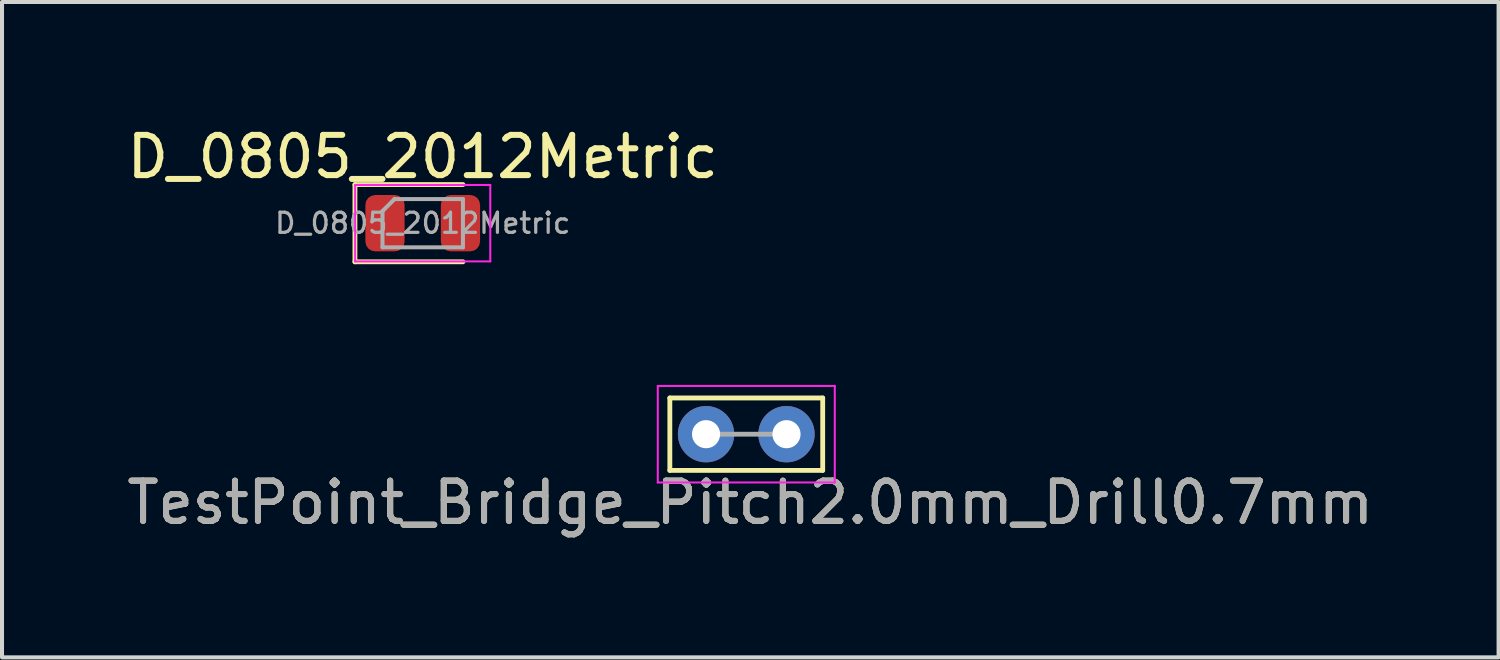
<source format=kicad_pcb>
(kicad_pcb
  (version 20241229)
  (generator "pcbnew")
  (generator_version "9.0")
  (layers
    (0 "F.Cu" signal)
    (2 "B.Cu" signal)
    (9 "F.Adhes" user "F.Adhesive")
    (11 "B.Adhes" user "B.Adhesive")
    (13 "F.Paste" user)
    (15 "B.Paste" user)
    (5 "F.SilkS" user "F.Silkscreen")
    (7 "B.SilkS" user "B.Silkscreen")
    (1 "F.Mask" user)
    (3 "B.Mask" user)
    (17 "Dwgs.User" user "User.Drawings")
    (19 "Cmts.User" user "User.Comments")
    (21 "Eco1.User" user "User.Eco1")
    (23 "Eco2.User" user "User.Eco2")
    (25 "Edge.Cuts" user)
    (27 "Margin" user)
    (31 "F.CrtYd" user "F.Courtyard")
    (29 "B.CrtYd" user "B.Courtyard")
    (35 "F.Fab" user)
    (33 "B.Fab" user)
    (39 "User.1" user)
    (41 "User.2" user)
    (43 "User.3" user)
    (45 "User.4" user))
  (footprint "TestPoint_Bridge_Pitch2.0mm_Drill0.7mm"
    (layer "F.Cu")
    (at 14.501 7.743)
    (property "Reference" "TestPoint_Bridge_Pitch2.0mm_Drill0.7mm" (at 1.1 1.7 0) (layer "F.SilkS") (effects (font (size 1 1) (thickness 0.15))))
    (attr through_hole)
    (fp_line (start -0.9 -0.9) (end -0.9 0.9) (stroke (width 0.12) (type solid)) (layer "F.SilkS"))
    (fp_line (start -0.9 0.9) (end 2.9 0.9) (stroke (width 0.12) (type solid)) (layer "F.SilkS"))
    (fp_line (start 2.9 -0.9) (end -0.9 -0.9) (stroke (width 0.12) (type solid)) (layer "F.SilkS"))
    (fp_line (start 2.9 0.9) (end 2.9 -0.9) (stroke (width 0.12) (type solid)) (layer "F.SilkS"))
    (fp_line (start -1.2 1.2) (end -1.2 -1.2) (stroke (width 0.05) (type solid)) (layer "F.CrtYd"))
    (fp_line (start -1.2 1.2) (end 3.2 1.2) (stroke (width 0.05) (type solid)) (layer "F.CrtYd"))
    (fp_line (start 3.2 -1.2) (end -1.2 -1.2) (stroke (width 0.05) (type solid)) (layer "F.CrtYd"))
    (fp_line (start 3.2 -1.2) (end 3.2 1.2) (stroke (width 0.05) (type solid)) (layer "F.CrtYd"))
    (fp_line (start 2 0) (end 0 0) (stroke (width 0.12) (type solid)) (layer "F.Fab"))
    (fp_text user "${REFERENCE}" (at 1.1 1.7 0) (layer "F.Fab") (effects (font (size 1 1) (thickness 0.15))))
    (pad "1" thru_hole circle (at 0 0) (size 1.4 1.4) (drill 0.7) (layers "*.Cu" "*.Mask"))
    (pad "1" thru_hole circle (at 2 0) (size 1.4 1.4) (drill 0.7) (layers "*.Cu" "*.Mask")))
  (footprint "D_0805_2012Metric"
    (layer "F.Cu")
    (at 7.458 2.498)
    (property "Reference" "D_0805_2012Metric" (at 0 -1.65 0) (layer "F.SilkS") (effects (font (size 1 1) (thickness 0.15))))
    (attr smd)
    (fp_line (start -1.685 -0.96) (end -1.685 0.96) (stroke (width 0.12) (type solid)) (layer "F.SilkS"))
    (fp_line (start -1.685 0.96) (end 1 0.96) (stroke (width 0.12) (type solid)) (layer "F.SilkS"))
    (fp_line (start 1 -0.96) (end -1.685 -0.96) (stroke (width 0.12) (type solid)) (layer "F.SilkS"))
    (fp_line (start -1.68 -0.95) (end 1.68 -0.95) (stroke (width 0.05) (type solid)) (layer "F.CrtYd"))
    (fp_line (start -1.68 0.95) (end -1.68 -0.95) (stroke (width 0.05) (type solid)) (layer "F.CrtYd"))
    (fp_line (start 1.68 -0.95) (end 1.68 0.95) (stroke (width 0.05) (type solid)) (layer "F.CrtYd"))
    (fp_line (start 1.68 0.95) (end -1.68 0.95) (stroke (width 0.05) (type solid)) (layer "F.CrtYd"))
    (fp_line (start -1 -0.3) (end -1 0.6) (stroke (width 0.1) (type solid)) (layer "F.Fab"))
    (fp_line (start -1 0.6) (end 1 0.6) (stroke (width 0.1) (type solid)) (layer "F.Fab"))
    (fp_line (start -0.7 -0.6) (end -1 -0.3) (stroke (width 0.1) (type solid)) (layer "F.Fab"))
    (fp_line (start 1 -0.6) (end -0.7 -0.6) (stroke (width 0.1) (type solid)) (layer "F.Fab"))
    (fp_line (start 1 0.6) (end 1 -0.6) (stroke (width 0.1) (type solid)) (layer "F.Fab"))
    (fp_text user "${REFERENCE}" (at 0 0 0) (layer "F.Fab") (effects (font (size 0.5 0.5) (thickness 0.08))))
    (pad "1" smd roundrect (at -0.938 0) (size 0.975 1.4) (layers "F.Cu" "F.Mask" "F.Paste") (roundrect_rratio 0.25))
    (pad "2" smd roundrect (at 0.938 0) (size 0.975 1.4) (layers "F.Cu" "F.Mask" "F.Paste") (roundrect_rratio 0.25)))
  (gr_rect
    (start -3 -3)
    (end 34.202 13.291)
    (stroke (width 0.1) (type default))
    (fill no)
    (layer "Edge.Cuts")))
</source>
